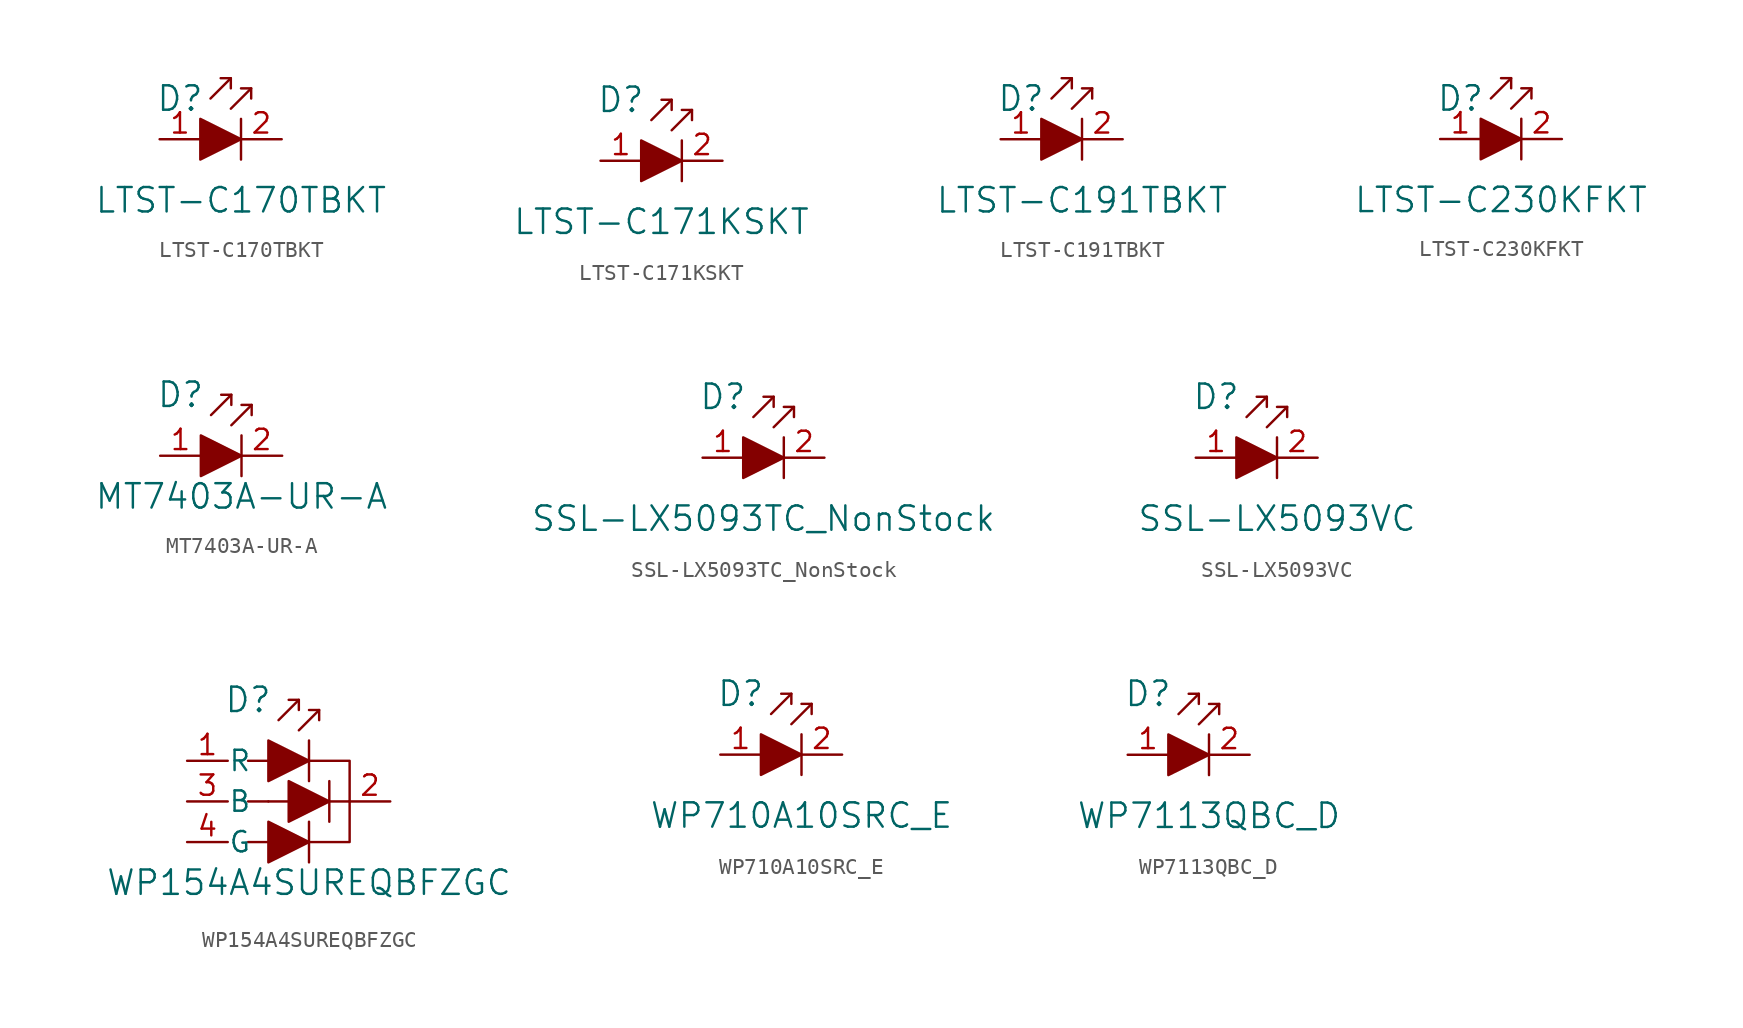
<source format=kicad_sym>
(kicad_symbol_lib
  (version 20211014)
  (generator kicad_symbol_editor)
  (symbol "LTST-C170TBKT"
    (pin_names
      (offset 0))
    (property "Reference" "D"
      (at -3.81 2.54 0)
      (effects (font (size 1.524 1.524))))
    (property "Value" "LTST-C170TBKT"
      (at 0 -3.81 0)
      (effects (font (size 1.524 1.524))))
    (symbol "LTST-C170TBKT_0_1"
      (polyline (pts (xy -0.635 3.81) (xy -1.905 2.54)) (stroke (width 0) (type default) (color 0 0 0 0)) (fill (type none)))
      (polyline (pts (xy 0 1.27) (xy 0 -1.27)) (stroke (width 0) (type default) (color 0 0 0 0)) (fill (type none)))
      (polyline (pts (xy 0.635 3.175) (xy -0.635 1.905)) (stroke (width 0) (type default) (color 0 0 0 0)) (fill (type none)))
      (polyline (pts (xy -1.27 3.81) (xy -0.635 3.81) (xy -0.635 3.175)) (stroke (width 0) (type default) (color 0 0 0 0)) (fill (type none)))
      (polyline (pts (xy 0 3.175) (xy 0.635 3.175) (xy 0.635 2.54)) (stroke (width 0) (type default) (color 0 0 0 0)) (fill (type none)))
      (polyline (pts (xy -2.54 1.27) (xy -2.54 -1.27) (xy 0 0) (xy -2.54 1.27)) (stroke (width 0) (type default) (color 0 0 0 0)) (fill (type outline))))
    (symbol "LTST-C170TBKT_1_1"
      (pin passive line (at -5.08 0 0) (length 2.54) (name "~" (effects (font (size 1.27 1.27)))) (number "1" (effects (font (size 1.27 1.27)))))
      (pin passive line (at 2.54 0 180) (length 2.54) (name "~" (effects (font (size 1.27 1.27)))) (number "2" (effects (font (size 1.27 1.27)))))))
  (symbol "LTST-C171KSKT"
    (pin_names
      (offset 0))
    (property "Reference" "D"
      (at -3.81 3.81 0)
      (effects (font (size 1.524 1.524))))
    (property "Value" "LTST-C171KSKT"
      (at -1.27 -3.81 0)
      (effects (font (size 1.524 1.524))))
    (symbol "LTST-C171KSKT_0_1"
      (polyline (pts (xy -0.635 3.81) (xy -1.905 2.54)) (stroke (width 0) (type default) (color 0 0 0 0)) (fill (type none)))
      (polyline (pts (xy 0 1.27) (xy 0 -1.27)) (stroke (width 0) (type default) (color 0 0 0 0)) (fill (type none)))
      (polyline (pts (xy 0.635 3.175) (xy -0.635 1.905)) (stroke (width 0) (type default) (color 0 0 0 0)) (fill (type none)))
      (polyline (pts (xy -1.27 3.81) (xy -0.635 3.81) (xy -0.635 3.175)) (stroke (width 0) (type default) (color 0 0 0 0)) (fill (type none)))
      (polyline (pts (xy 0 3.175) (xy 0.635 3.175) (xy 0.635 2.54)) (stroke (width 0) (type default) (color 0 0 0 0)) (fill (type none)))
      (polyline (pts (xy -2.54 1.27) (xy -2.54 -1.27) (xy 0 0) (xy -2.54 1.27)) (stroke (width 0) (type default) (color 0 0 0 0)) (fill (type outline))))
    (symbol "LTST-C171KSKT_1_1"
      (pin passive line (at -5.08 0 0) (length 2.54) (name "~" (effects (font (size 1.27 1.27)))) (number "1" (effects (font (size 1.27 1.27)))))
      (pin passive line (at 2.54 0 180) (length 2.54) (name "~" (effects (font (size 1.27 1.27)))) (number "2" (effects (font (size 1.27 1.27)))))))
  (symbol "LTST-C191TBKT"
    (pin_names
      (offset 0))
    (property "Reference" "D"
      (at -3.81 2.54 0)
      (effects (font (size 1.524 1.524))))
    (property "Value" "LTST-C191TBKT"
      (at 0 -3.81 0)
      (effects (font (size 1.524 1.524))))
    (symbol "LTST-C191TBKT_0_1"
      (polyline (pts (xy -0.635 3.81) (xy -1.905 2.54)) (stroke (width 0) (type default) (color 0 0 0 0)) (fill (type none)))
      (polyline (pts (xy 0 1.27) (xy 0 -1.27)) (stroke (width 0) (type default) (color 0 0 0 0)) (fill (type none)))
      (polyline (pts (xy 0.635 3.175) (xy -0.635 1.905)) (stroke (width 0) (type default) (color 0 0 0 0)) (fill (type none)))
      (polyline (pts (xy -1.27 3.81) (xy -0.635 3.81) (xy -0.635 3.175)) (stroke (width 0) (type default) (color 0 0 0 0)) (fill (type none)))
      (polyline (pts (xy 0 3.175) (xy 0.635 3.175) (xy 0.635 2.54)) (stroke (width 0) (type default) (color 0 0 0 0)) (fill (type none)))
      (polyline (pts (xy -2.54 1.27) (xy -2.54 -1.27) (xy 0 0) (xy -2.54 1.27)) (stroke (width 0) (type default) (color 0 0 0 0)) (fill (type outline))))
    (symbol "LTST-C191TBKT_1_1"
      (pin passive line (at -5.08 0 0) (length 2.54) (name "~" (effects (font (size 1.27 1.27)))) (number "1" (effects (font (size 1.27 1.27)))))
      (pin passive line (at 2.54 0 180) (length 2.54) (name "~" (effects (font (size 1.27 1.27)))) (number "2" (effects (font (size 1.27 1.27)))))))
  (symbol "LTST-C230KFKT"
    (pin_names
      (offset 0))
    (property "Reference" "D"
      (at -3.81 2.54 0)
      (effects (font (size 1.524 1.524))))
    (property "Value" "LTST-C230KFKT"
      (at -1.27 -3.81 0)
      (effects (font (size 1.524 1.524))))
    (symbol "LTST-C230KFKT_0_1"
      (polyline (pts (xy -0.635 3.81) (xy -1.905 2.54)) (stroke (width 0) (type default) (color 0 0 0 0)) (fill (type none)))
      (polyline (pts (xy 0 1.27) (xy 0 -1.27)) (stroke (width 0) (type default) (color 0 0 0 0)) (fill (type none)))
      (polyline (pts (xy 0.635 3.175) (xy -0.635 1.905)) (stroke (width 0) (type default) (color 0 0 0 0)) (fill (type none)))
      (polyline (pts (xy -1.27 3.81) (xy -0.635 3.81) (xy -0.635 3.175)) (stroke (width 0) (type default) (color 0 0 0 0)) (fill (type none)))
      (polyline (pts (xy 0 3.175) (xy 0.635 3.175) (xy 0.635 2.54)) (stroke (width 0) (type default) (color 0 0 0 0)) (fill (type none)))
      (polyline (pts (xy -2.54 1.27) (xy -2.54 -1.27) (xy 0 0) (xy -2.54 1.27)) (stroke (width 0) (type default) (color 0 0 0 0)) (fill (type outline))))
    (symbol "LTST-C230KFKT_1_1"
      (pin passive line (at -5.08 0 0) (length 2.54) (name "~" (effects (font (size 1.27 1.27)))) (number "1" (effects (font (size 1.27 1.27)))))
      (pin passive line (at 2.54 0 180) (length 2.54) (name "~" (effects (font (size 1.27 1.27)))) (number "2" (effects (font (size 1.27 1.27)))))))
  (symbol "MT7403A-UR-A"
    (pin_names
      (offset 1.016))
    (property "Reference" "D"
      (at -3.81 3.81 0)
      (effects (font (size 1.524 1.524))))
    (property "Value" "MT7403A-UR-A"
      (at 0 -2.54 0)
      (effects (font (size 1.524 1.524))))
    (symbol "MT7403A-UR-A_0_1"
      (polyline (pts (xy -0.635 3.81) (xy -1.905 2.54)) (stroke (width 0) (type default) (color 0 0 0 0)) (fill (type none)))
      (polyline (pts (xy 0 1.27) (xy 0 -1.27)) (stroke (width 0) (type default) (color 0 0 0 0)) (fill (type none)))
      (polyline (pts (xy 0.635 3.175) (xy -0.635 1.905)) (stroke (width 0) (type default) (color 0 0 0 0)) (fill (type none)))
      (polyline (pts (xy -1.27 3.81) (xy -0.635 3.81) (xy -0.635 3.175)) (stroke (width 0) (type default) (color 0 0 0 0)) (fill (type none)))
      (polyline (pts (xy 0 3.175) (xy 0.635 3.175) (xy 0.635 2.54)) (stroke (width 0) (type default) (color 0 0 0 0)) (fill (type none))))
    (symbol "MT7403A-UR-A_1_1"
      (polyline (pts (xy -2.54 1.27) (xy -2.54 -1.27) (xy 0 0) (xy -2.54 1.27)) (stroke (width 0) (type default) (color 0 0 0 0)) (fill (type outline)))
      (pin passive line (at -5.08 0 0) (length 2.54) (name "~" (effects (font (size 1.27 1.27)))) (number "1" (effects (font (size 1.27 1.27)))))
      (pin passive line (at 2.54 0 180) (length 2.54) (name "~" (effects (font (size 1.27 1.27)))) (number "2" (effects (font (size 1.27 1.27)))))))
  (symbol "SSL-LX5093TC_NonStock"
    (pin_names
      (offset 0))
    (property "Reference" "D"
      (at -3.81 3.81 0)
      (effects (font (size 1.524 1.524))))
    (property "Value" "SSL-LX5093TC_NonStock"
      (at -1.27 -3.81 0)
      (effects (font (size 1.524 1.524))))
    (symbol "SSL-LX5093TC_NonStock_0_1"
      (polyline (pts (xy -0.635 3.81) (xy -1.905 2.54)) (stroke (width 0) (type default) (color 0 0 0 0)) (fill (type none)))
      (polyline (pts (xy 0 1.27) (xy 0 -1.27)) (stroke (width 0) (type default) (color 0 0 0 0)) (fill (type none)))
      (polyline (pts (xy 0.635 3.175) (xy -0.635 1.905)) (stroke (width 0) (type default) (color 0 0 0 0)) (fill (type none)))
      (polyline (pts (xy -1.27 3.81) (xy -0.635 3.81) (xy -0.635 3.175)) (stroke (width 0) (type default) (color 0 0 0 0)) (fill (type none)))
      (polyline (pts (xy 0 3.175) (xy 0.635 3.175) (xy 0.635 2.54)) (stroke (width 0) (type default) (color 0 0 0 0)) (fill (type none)))
      (polyline (pts (xy -2.54 1.27) (xy -2.54 -1.27) (xy 0 0) (xy -2.54 1.27)) (stroke (width 0) (type default) (color 0 0 0 0)) (fill (type outline))))
    (symbol "SSL-LX5093TC_NonStock_1_1"
      (pin passive line (at -5.08 0 0) (length 2.54) (name "~" (effects (font (size 1.27 1.27)))) (number "1" (effects (font (size 1.27 1.27)))))
      (pin passive line (at 2.54 0 180) (length 2.54) (name "~" (effects (font (size 1.27 1.27)))) (number "2" (effects (font (size 1.27 1.27)))))))
  (symbol "SSL-LX5093VC"
    (pin_names
      (offset 0))
    (property "Reference" "D"
      (at -3.81 3.81 0)
      (effects (font (size 1.524 1.524))))
    (property "Value" "SSL-LX5093VC"
      (at 0 -3.81 0)
      (effects (font (size 1.524 1.524))))
    (symbol "SSL-LX5093VC_0_1"
      (polyline (pts (xy -0.635 3.81) (xy -1.905 2.54)) (stroke (width 0) (type default) (color 0 0 0 0)) (fill (type none)))
      (polyline (pts (xy 0 1.27) (xy 0 -1.27)) (stroke (width 0) (type default) (color 0 0 0 0)) (fill (type none)))
      (polyline (pts (xy 0.635 3.175) (xy -0.635 1.905)) (stroke (width 0) (type default) (color 0 0 0 0)) (fill (type none)))
      (polyline (pts (xy -1.27 3.81) (xy -0.635 3.81) (xy -0.635 3.175)) (stroke (width 0) (type default) (color 0 0 0 0)) (fill (type none)))
      (polyline (pts (xy 0 3.175) (xy 0.635 3.175) (xy 0.635 2.54)) (stroke (width 0) (type default) (color 0 0 0 0)) (fill (type none)))
      (polyline (pts (xy -2.54 1.27) (xy -2.54 -1.27) (xy 0 0) (xy -2.54 1.27)) (stroke (width 0) (type default) (color 0 0 0 0)) (fill (type outline))))
    (symbol "SSL-LX5093VC_1_1"
      (pin passive line (at -5.08 0 0) (length 2.54) (name "~" (effects (font (size 1.27 1.27)))) (number "1" (effects (font (size 1.27 1.27)))))
      (pin passive line (at 2.54 0 180) (length 2.54) (name "~" (effects (font (size 1.27 1.27)))) (number "2" (effects (font (size 1.27 1.27)))))))
  (symbol "WP154A4SUREQBFZGC"
    (pin_names
      (offset 0.025))
    (property "Reference" "D"
      (at -3.81 6.35 0)
      (effects (font (size 1.524 1.524))))
    (property "Value" "WP154A4SUREQBFZGC"
      (at 0 -5.08 0)
      (effects (font (size 1.524 1.524))))
    (symbol "WP154A4SUREQBFZGC_0_1"
      (polyline (pts (xy -3.81 -2.54) (xy -2.54 -2.54)) (stroke (width 0) (type default) (color 0 0 0 0)) (fill (type none)))
      (polyline (pts (xy -2.54 0) (xy -3.81 0)) (stroke (width 0) (type default) (color 0 0 0 0)) (fill (type none)))
      (polyline (pts (xy -2.54 2.54) (xy -3.81 2.54)) (stroke (width 0) (type default) (color 0 0 0 0)) (fill (type none)))
      (polyline (pts (xy -1.27 0) (xy -2.54 0)) (stroke (width 0) (type default) (color 0 0 0 0)) (fill (type none)))
      (polyline (pts (xy -0.635 6.35) (xy -1.905 5.08)) (stroke (width 0) (type default) (color 0 0 0 0)) (fill (type none)))
      (polyline (pts (xy 0 -1.27) (xy 0 -3.81)) (stroke (width 0) (type default) (color 0 0 0 0)) (fill (type none)))
      (polyline (pts (xy 0 1.27) (xy 0 3.81)) (stroke (width 0) (type default) (color 0 0 0 0)) (fill (type none)))
      (polyline (pts (xy 0.635 5.715) (xy -0.635 4.445)) (stroke (width 0) (type default) (color 0 0 0 0)) (fill (type none)))
      (polyline (pts (xy 1.27 1.27) (xy 1.27 -1.27)) (stroke (width 0) (type default) (color 0 0 0 0)) (fill (type none)))
      (polyline (pts (xy -1.27 6.35) (xy -0.635 6.35) (xy -0.635 5.715)) (stroke (width 0) (type default) (color 0 0 0 0)) (fill (type none)))
      (polyline (pts (xy 0 5.715) (xy 0.635 5.715) (xy 0.635 5.08)) (stroke (width 0) (type default) (color 0 0 0 0)) (fill (type none)))
      (polyline (pts (xy 2.54 0) (xy 2.54 -2.54) (xy 0 -2.54)) (stroke (width 0) (type default) (color 0 0 0 0)) (fill (type none)))
      (polyline (pts (xy -2.54 -3.81) (xy -2.54 -1.27) (xy 0 -2.54) (xy -2.54 -3.81)) (stroke (width 0) (type default) (color 0 0 0 0)) (fill (type outline)))
      (polyline (pts (xy -2.54 3.81) (xy -2.54 1.27) (xy 0 2.54) (xy -2.54 3.81)) (stroke (width 0) (type default) (color 0 0 0 0)) (fill (type outline)))
      (polyline (pts (xy -1.27 1.27) (xy -1.27 -1.27) (xy 1.27 0) (xy -1.27 1.27)) (stroke (width 0) (type default) (color 0 0 0 0)) (fill (type outline)))
      (polyline (pts (xy 0 2.54) (xy 2.54 2.54) (xy 2.54 0) (xy 1.27 0)) (stroke (width 0) (type default) (color 0 0 0 0)) (fill (type none))))
    (symbol "WP154A4SUREQBFZGC_1_1"
      (pin passive line (at -7.62 2.54 0) (length 2.54) (name "R" (effects (font (size 1.27 1.27)))) (number "1" (effects (font (size 1.27 1.27)))))
      (pin passive line (at 5.08 0 180) (length 2.54) (name "~" (effects (font (size 1.27 1.27)))) (number "2" (effects (font (size 1.27 1.27)))))
      (pin passive line (at -7.62 0 0) (length 2.54) (name "B" (effects (font (size 1.27 1.27)))) (number "3" (effects (font (size 1.27 1.27)))))
      (pin passive line (at -7.62 -2.54 0) (length 2.54) (name "G" (effects (font (size 1.27 1.27)))) (number "4" (effects (font (size 1.27 1.27)))))))
  (symbol "WP710A10SRC_E"
    (pin_names
      (offset 0))
    (property "Reference" "D"
      (at -3.81 3.81 0)
      (effects (font (size 1.524 1.524))))
    (property "Value" "WP710A10SRC_E"
      (at 0 -3.81 0)
      (effects (font (size 1.524 1.524))))
    (symbol "WP710A10SRC_E_0_1"
      (polyline (pts (xy -0.635 3.81) (xy -1.905 2.54)) (stroke (width 0) (type default) (color 0 0 0 0)) (fill (type none)))
      (polyline (pts (xy 0 1.27) (xy 0 -1.27)) (stroke (width 0) (type default) (color 0 0 0 0)) (fill (type none)))
      (polyline (pts (xy 0.635 3.175) (xy -0.635 1.905)) (stroke (width 0) (type default) (color 0 0 0 0)) (fill (type none)))
      (polyline (pts (xy -1.27 3.81) (xy -0.635 3.81) (xy -0.635 3.175)) (stroke (width 0) (type default) (color 0 0 0 0)) (fill (type none)))
      (polyline (pts (xy 0 3.175) (xy 0.635 3.175) (xy 0.635 2.54)) (stroke (width 0) (type default) (color 0 0 0 0)) (fill (type none)))
      (polyline (pts (xy -2.54 1.27) (xy -2.54 -1.27) (xy 0 0) (xy -2.54 1.27)) (stroke (width 0) (type default) (color 0 0 0 0)) (fill (type outline))))
    (symbol "WP710A10SRC_E_1_1"
      (pin passive line (at -5.08 0 0) (length 2.54) (name "~" (effects (font (size 1.27 1.27)))) (number "1" (effects (font (size 1.27 1.27)))))
      (pin passive line (at 2.54 0 180) (length 2.54) (name "~" (effects (font (size 1.27 1.27)))) (number "2" (effects (font (size 1.27 1.27)))))))
  (symbol "WP7113QBC_D"
    (pin_names
      (offset 0))
    (property "Reference" "D"
      (at -3.81 3.81 0)
      (effects (font (size 1.524 1.524))))
    (property "Value" "WP7113QBC_D"
      (at 0 -3.81 0)
      (effects (font (size 1.524 1.524))))
    (symbol "WP7113QBC_D_0_1"
      (polyline (pts (xy -0.635 3.81) (xy -1.905 2.54)) (stroke (width 0) (type default) (color 0 0 0 0)) (fill (type none)))
      (polyline (pts (xy 0 1.27) (xy 0 -1.27)) (stroke (width 0) (type default) (color 0 0 0 0)) (fill (type none)))
      (polyline (pts (xy 0.635 3.175) (xy -0.635 1.905)) (stroke (width 0) (type default) (color 0 0 0 0)) (fill (type none)))
      (polyline (pts (xy -1.27 3.81) (xy -0.635 3.81) (xy -0.635 3.175)) (stroke (width 0) (type default) (color 0 0 0 0)) (fill (type none)))
      (polyline (pts (xy 0 3.175) (xy 0.635 3.175) (xy 0.635 2.54)) (stroke (width 0) (type default) (color 0 0 0 0)) (fill (type none)))
      (polyline (pts (xy -2.54 1.27) (xy -2.54 -1.27) (xy 0 0) (xy -2.54 1.27)) (stroke (width 0) (type default) (color 0 0 0 0)) (fill (type outline))))
    (symbol "WP7113QBC_D_1_1"
      (pin passive line (at -5.08 0 0) (length 2.54) (name "~" (effects (font (size 1.27 1.27)))) (number "1" (effects (font (size 1.27 1.27)))))
      (pin passive line (at 2.54 0 180) (length 2.54) (name "~" (effects (font (size 1.27 1.27)))) (number "2" (effects (font (size 1.27 1.27))))))))
</source>
